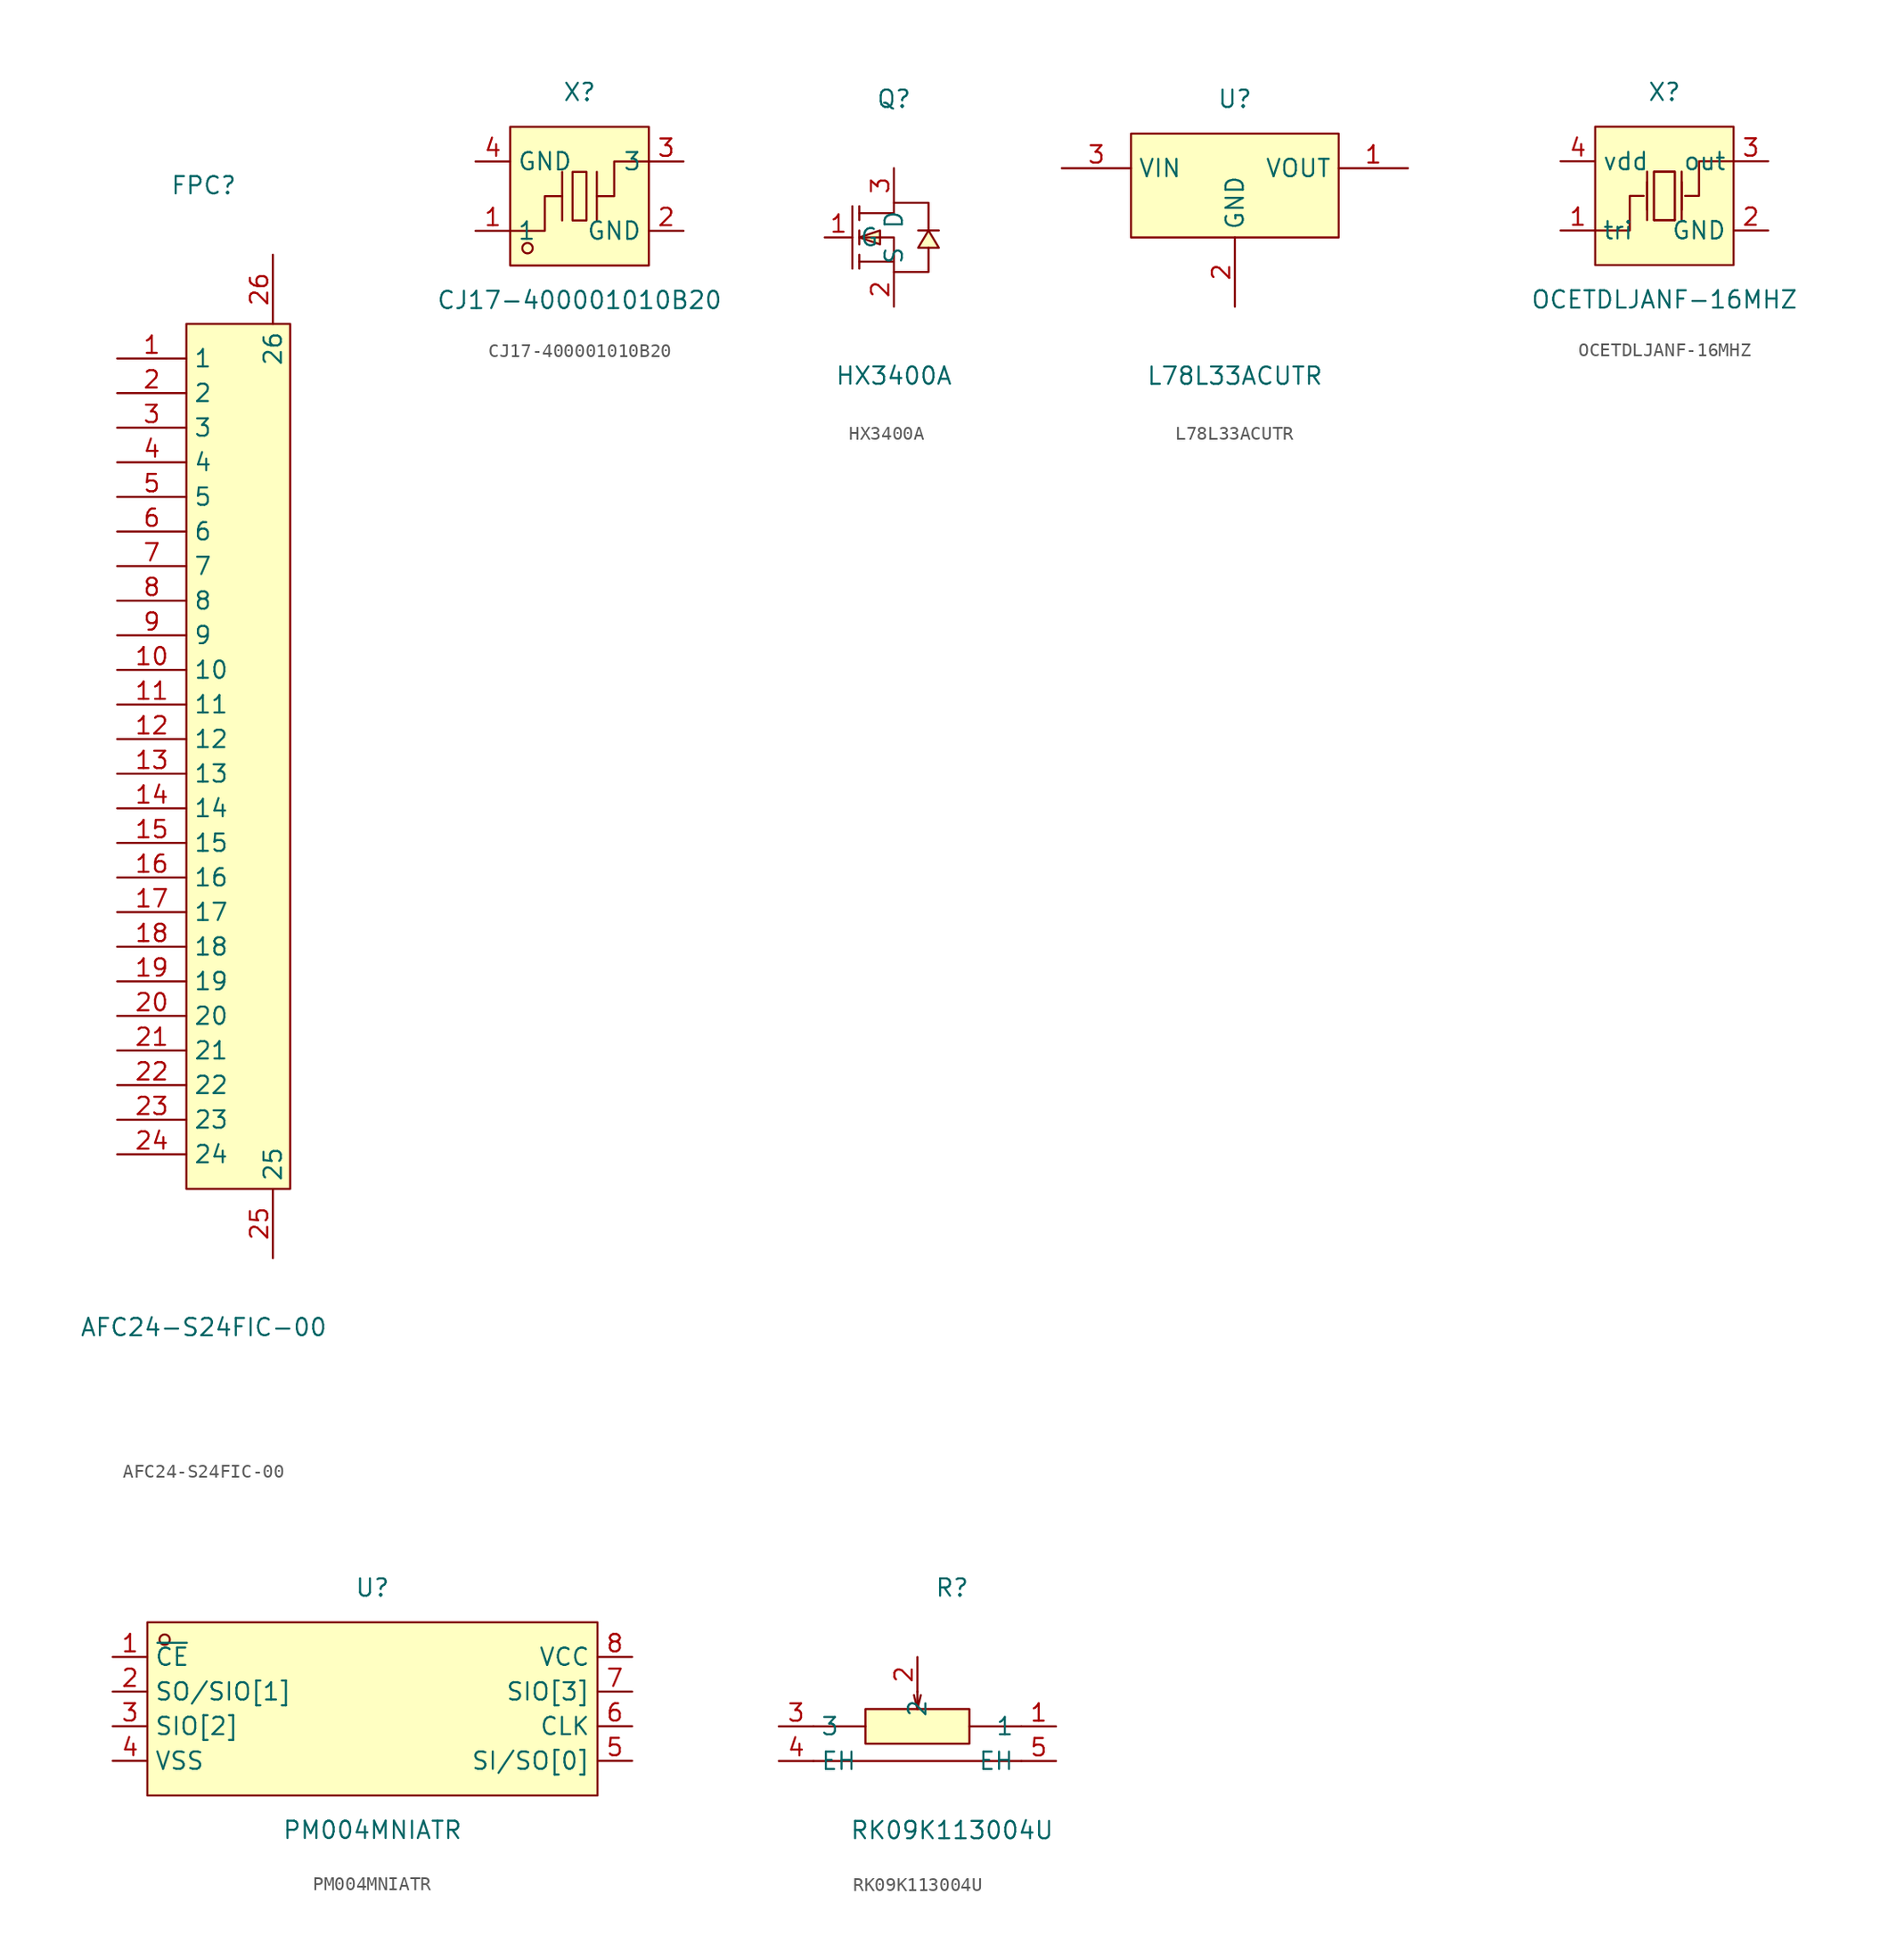
<source format=kicad_sym>
(kicad_symbol_lib
  (version 20211014)
  (generator https://github.com/uPesy/easyeda2kicad.py)
  (symbol "AFC24-S24FIC-00"
    (property "Reference" "FPC"
      (at 0 41.91 0)
      (effects (font (size 1.27 1.27))))
    (property "Value" "AFC24-S24FIC-00"
      (at 0 -41.91 0)
      (effects (font (size 1.27 1.27))))
    (symbol "AFC24-S24FIC-00_0_1"
      (rectangle (start -1.27 31.75) (end 6.35 -31.75) (stroke (width 0) (type default) (color 0 0 0 0)) (fill (type background)))
      (pin unspecified line (at -6.35 29.21 0) (length 5.08) (name "1" (effects (font (size 1.27 1.27)))) (number "1" (effects (font (size 1.27 1.27)))))
      (pin unspecified line (at -6.35 26.67 0) (length 5.08) (name "2" (effects (font (size 1.27 1.27)))) (number "2" (effects (font (size 1.27 1.27)))))
      (pin unspecified line (at -6.35 24.13 0) (length 5.08) (name "3" (effects (font (size 1.27 1.27)))) (number "3" (effects (font (size 1.27 1.27)))))
      (pin unspecified line (at -6.35 21.59 0) (length 5.08) (name "4" (effects (font (size 1.27 1.27)))) (number "4" (effects (font (size 1.27 1.27)))))
      (pin unspecified line (at -6.35 19.05 0) (length 5.08) (name "5" (effects (font (size 1.27 1.27)))) (number "5" (effects (font (size 1.27 1.27)))))
      (pin unspecified line (at -6.35 16.51 0) (length 5.08) (name "6" (effects (font (size 1.27 1.27)))) (number "6" (effects (font (size 1.27 1.27)))))
      (pin unspecified line (at -6.35 13.97 0) (length 5.08) (name "7" (effects (font (size 1.27 1.27)))) (number "7" (effects (font (size 1.27 1.27)))))
      (pin unspecified line (at -6.35 11.43 0) (length 5.08) (name "8" (effects (font (size 1.27 1.27)))) (number "8" (effects (font (size 1.27 1.27)))))
      (pin unspecified line (at -6.35 8.89 0) (length 5.08) (name "9" (effects (font (size 1.27 1.27)))) (number "9" (effects (font (size 1.27 1.27)))))
      (pin unspecified line (at -6.35 6.35 0) (length 5.08) (name "10" (effects (font (size 1.27 1.27)))) (number "10" (effects (font (size 1.27 1.27)))))
      (pin unspecified line (at -6.35 3.81 0) (length 5.08) (name "11" (effects (font (size 1.27 1.27)))) (number "11" (effects (font (size 1.27 1.27)))))
      (pin unspecified line (at -6.35 1.27 0) (length 5.08) (name "12" (effects (font (size 1.27 1.27)))) (number "12" (effects (font (size 1.27 1.27)))))
      (pin unspecified line (at -6.35 -1.27 0) (length 5.08) (name "13" (effects (font (size 1.27 1.27)))) (number "13" (effects (font (size 1.27 1.27)))))
      (pin unspecified line (at -6.35 -3.81 0) (length 5.08) (name "14" (effects (font (size 1.27 1.27)))) (number "14" (effects (font (size 1.27 1.27)))))
      (pin unspecified line (at -6.35 -6.35 0) (length 5.08) (name "15" (effects (font (size 1.27 1.27)))) (number "15" (effects (font (size 1.27 1.27)))))
      (pin unspecified line (at -6.35 -8.89 0) (length 5.08) (name "16" (effects (font (size 1.27 1.27)))) (number "16" (effects (font (size 1.27 1.27)))))
      (pin unspecified line (at -6.35 -11.43 0) (length 5.08) (name "17" (effects (font (size 1.27 1.27)))) (number "17" (effects (font (size 1.27 1.27)))))
      (pin unspecified line (at -6.35 -13.97 0) (length 5.08) (name "18" (effects (font (size 1.27 1.27)))) (number "18" (effects (font (size 1.27 1.27)))))
      (pin unspecified line (at -6.35 -16.51 0) (length 5.08) (name "19" (effects (font (size 1.27 1.27)))) (number "19" (effects (font (size 1.27 1.27)))))
      (pin unspecified line (at -6.35 -19.05 0) (length 5.08) (name "20" (effects (font (size 1.27 1.27)))) (number "20" (effects (font (size 1.27 1.27)))))
      (pin unspecified line (at -6.35 -21.59 0) (length 5.08) (name "21" (effects (font (size 1.27 1.27)))) (number "21" (effects (font (size 1.27 1.27)))))
      (pin unspecified line (at -6.35 -24.13 0) (length 5.08) (name "22" (effects (font (size 1.27 1.27)))) (number "22" (effects (font (size 1.27 1.27)))))
      (pin unspecified line (at -6.35 -26.67 0) (length 5.08) (name "23" (effects (font (size 1.27 1.27)))) (number "23" (effects (font (size 1.27 1.27)))))
      (pin unspecified line (at -6.35 -29.21 0) (length 5.08) (name "24" (effects (font (size 1.27 1.27)))) (number "24" (effects (font (size 1.27 1.27)))))
      (pin unspecified line (at 5.08 -36.83 90) (length 5.08) (name "25" (effects (font (size 1.27 1.27)))) (number "25" (effects (font (size 1.27 1.27)))))
      (pin unspecified line (at 5.08 36.83 270) (length 5.08) (name "26" (effects (font (size 1.27 1.27)))) (number "26" (effects (font (size 1.27 1.27)))))))
  (symbol "CJ17-400001010B20"
    (property "Reference" "X"
      (at 0 7.62 0)
      (effects (font (size 1.27 1.27))))
    (property "Value" "CJ17-400001010B20"
      (at 0 -7.62 0)
      (effects (font (size 1.27 1.27))))
    (symbol "CJ17-400001010B20_0_1"
      (rectangle (start -5.08 5.08) (end 5.08 -5.08) (stroke (width 0) (type default) (color 0 0 0 0)) (fill (type background)))
      (rectangle (start -0.51 1.78) (end 0.51 -1.78) (stroke (width 0) (type default) (color 0 0 0 0)) (fill (type background)))
      (circle (center -3.81 -3.81) (radius 0.38) (stroke (width 0) (type default) (color 0 0 0 0)) (fill (type none)))
      (polyline (pts (xy -1.27 -1.78) (xy -1.27 1.78)) (stroke (width 0) (type default) (color 0 0 0 0)) (fill (type none)))
      (polyline (pts (xy 1.27 -1.78) (xy 1.27 1.78)) (stroke (width 0) (type default) (color 0 0 0 0)) (fill (type none)))
      (polyline (pts (xy -5.08 -2.54) (xy -2.54 -2.54) (xy -2.54 -0.00) (xy -1.27 -0.00)) (stroke (width 0) (type default) (color 0 0 0 0)) (fill (type none)))
      (polyline (pts (xy 5.08 2.54) (xy 2.54 2.54) (xy 2.54 -0.00) (xy 1.27 -0.00)) (stroke (width 0) (type default) (color 0 0 0 0)) (fill (type none)))
      (pin input line (at -7.62 -2.54 0) (length 2.54) (name "1" (effects (font (size 1.27 1.27)))) (number "1" (effects (font (size 1.27 1.27)))))
      (pin input line (at 7.62 2.54 180) (length 2.54) (name "3" (effects (font (size 1.27 1.27)))) (number "3" (effects (font (size 1.27 1.27)))))
      (pin input line (at -7.62 2.54 0) (length 2.54) (name "GND" (effects (font (size 1.27 1.27)))) (number "4" (effects (font (size 1.27 1.27)))))
      (pin input line (at 7.62 -2.54 180) (length 2.54) (name "GND" (effects (font (size 1.27 1.27)))) (number "2" (effects (font (size 1.27 1.27)))))))
  (symbol "HX3400A"
    (property "Reference" "Q"
      (at 0 10.16 0)
      (effects (font (size 1.27 1.27))))
    (property "Value" "HX3400A"
      (at 0 -10.16 0)
      (effects (font (size 1.27 1.27))))
    (symbol "HX3400A_0_1"
      (polyline (pts (xy -2.54 1.78) (xy 0.00 1.78) (xy 0.00 2.54) (xy 2.54 2.54) (xy 2.54 0.51)) (stroke (width 0) (type default) (color 0 0 0 0)) (fill (type none)))
      (polyline (pts (xy -2.54 -0.00) (xy 0.00 -0.00) (xy 0.00 -2.54) (xy 2.54 -2.54) (xy 2.54 -0.76)) (stroke (width 0) (type default) (color 0 0 0 0)) (fill (type none)))
      (polyline (pts (xy 0.00 -1.78) (xy -2.54 -1.78)) (stroke (width 0) (type default) (color 0 0 0 0)) (fill (type none)))
      (polyline (pts (xy -3.05 2.29) (xy -3.05 -2.29)) (stroke (width 0) (type default) (color 0 0 0 0)) (fill (type none)))
      (polyline (pts (xy -2.54 2.29) (xy -2.54 1.27)) (stroke (width 0) (type default) (color 0 0 0 0)) (fill (type none)))
      (polyline (pts (xy -2.54 -0.51) (xy -2.54 0.51)) (stroke (width 0) (type default) (color 0 0 0 0)) (fill (type none)))
      (polyline (pts (xy -2.54 -2.29) (xy -2.54 -1.27)) (stroke (width 0) (type default) (color 0 0 0 0)) (fill (type none)))
      (polyline (pts (xy 3.30 0.51) (xy 3.05 0.51) (xy 2.03 0.51) (xy 1.78 0.51)) (stroke (width 0) (type default) (color 0 0 0 0)) (fill (type none)))
      (polyline (pts (xy -2.54 -0.00) (xy -1.02 -0.51) (xy -1.02 0.51) (xy -2.54 -0.00)) (stroke (width 0) (type default) (color 0 0 0 0)) (fill (type background)))
      (polyline (pts (xy 2.54 0.51) (xy 1.78 -0.76) (xy 3.30 -0.76) (xy 2.54 0.51)) (stroke (width 0) (type default) (color 0 0 0 0)) (fill (type background)))
      (pin unspecified line (at 0.00 5.08 270) (length 2.54) (name "D" (effects (font (size 1.27 1.27)))) (number "3" (effects (font (size 1.27 1.27)))))
      (pin unspecified line (at -5.08 -0.00 0) (length 2.032) (name "G" (effects (font (size 1.27 1.27)))) (number "1" (effects (font (size 1.27 1.27)))))
      (pin unspecified line (at 0.00 -5.08 90) (length 2.54) (name "S" (effects (font (size 1.27 1.27)))) (number "2" (effects (font (size 1.27 1.27)))))))
  (symbol "L78L33ACUTR"
    (property "Reference" "U"
      (at 0 8.89 0)
      (effects (font (size 1.27 1.27))))
    (property "Value" "L78L33ACUTR"
      (at 0 -11.43 0)
      (effects (font (size 1.27 1.27))))
    (symbol "L78L33ACUTR_0_1"
      (rectangle (start -7.62 6.35) (end 7.62 -1.27) (stroke (width 0) (type default) (color 0 0 0 0)) (fill (type background)))
      (pin power_in line (at -12.70 3.81 0) (length 5.08) (name "VIN" (effects (font (size 1.27 1.27)))) (number "3" (effects (font (size 1.27 1.27)))))
      (pin power_in line (at 0.00 -6.35 90) (length 5.08) (name "GND" (effects (font (size 1.27 1.27)))) (number "2" (effects (font (size 1.27 1.27)))))
      (pin power_in line (at 12.70 3.81 180) (length 5.08) (name "VOUT" (effects (font (size 1.27 1.27)))) (number "1" (effects (font (size 1.27 1.27)))))))
  (symbol "OCETDLJANF-16MHZ"
    (property "Reference" "X"
      (at 0 7.62 0)
      (effects (font (size 1.27 1.27))))
    (property "Value" "OCETDLJANF-16MHZ"
      (at 0 -7.62 0)
      (effects (font (size 1.27 1.27))))
    (symbol "OCETDLJANF-16MHZ_0_1"
      (rectangle (start -5.08 5.08) (end 5.08 -5.08) (stroke (width 0) (type default) (color 0 0 0 0)) (fill (type background)))
      (polyline (pts (xy -1.27 -1.02) (xy -1.27 1.02)) (stroke (width 0) (type default) (color 0 0 0 0)) (fill (type none)))
      (polyline (pts (xy 0.76 -1.78) (xy -0.76 -1.78)) (stroke (width 0) (type default) (color 0 0 0 0)) (fill (type none)))
      (polyline (pts (xy 1.27 -1.02) (xy 1.27 1.02)) (stroke (width 0) (type default) (color 0 0 0 0)) (fill (type none)))
      (polyline (pts (xy -0.76 -1.78) (xy -0.76 1.78) (xy 0.76 1.78) (xy 0.76 -1.78)) (stroke (width 0) (type default) (color 0 0 0 0)) (fill (type none)))
      (polyline (pts (xy 5.08 2.54) (xy 2.54 2.54) (xy 2.54 -0.00) (xy 1.52 -0.00)) (stroke (width 0) (type default) (color 0 0 0 0)) (fill (type none)))
      (polyline (pts (xy -5.08 -2.54) (xy -2.54 -2.54) (xy -2.54 -0.00) (xy -1.52 -0.00)) (stroke (width 0) (type default) (color 0 0 0 0)) (fill (type none)))
      (polyline (pts (xy 1.27 -1.78) (xy 1.27 1.78)) (stroke (width 0) (type default) (color 0 0 0 0)) (fill (type none)))
      (polyline (pts (xy -1.27 -1.78) (xy -1.27 1.78)) (stroke (width 0) (type default) (color 0 0 0 0)) (fill (type none)))
      (polyline (pts (xy 0.76 1.78) (xy 0.76 -1.78) (xy -0.76 -1.78) (xy -0.76 1.78) (xy 0.76 1.78)) (stroke (width 0) (type default) (color 0 0 0 0)) (fill (type background)))
      (pin unspecified line (at -7.62 2.54 0) (length 2.54) (name "vdd" (effects (font (size 1.27 1.27)))) (number "4" (effects (font (size 1.27 1.27)))))
      (pin unspecified line (at 7.62 -2.54 180) (length 2.54) (name "GND" (effects (font (size 1.27 1.27)))) (number "2" (effects (font (size 1.27 1.27)))))
      (pin unspecified line (at -7.62 -2.54 0) (length 2.54) (name "tri" (effects (font (size 1.27 1.27)))) (number "1" (effects (font (size 1.27 1.27)))))
      (pin unspecified line (at 7.62 2.54 180) (length 2.54) (name "out" (effects (font (size 1.27 1.27)))) (number "3" (effects (font (size 1.27 1.27)))))))
  (symbol "PM004MNIATR"
    (property "Reference" "U"
      (at 0 8.89 0)
      (effects (font (size 1.27 1.27))))
    (property "Value" "PM004MNIATR"
      (at 0 -8.89 0)
      (effects (font (size 1.27 1.27))))
    (symbol "PM004MNIATR_0_1"
      (rectangle (start -16.51 6.35) (end 16.51 -6.35) (stroke (width 0) (type default) (color 0 0 0 0)) (fill (type background)))
      (circle (center -15.24 5.08) (radius 0.38) (stroke (width 0) (type default) (color 0 0 0 0)) (fill (type none)))
      (pin unspecified line (at -19.05 3.81 0) (length 2.54) (name "~{CE}" (effects (font (size 1.27 1.27)))) (number "1" (effects (font (size 1.27 1.27)))))
      (pin unspecified line (at -19.05 1.27 0) (length 2.54) (name "SO/SIO[1]" (effects (font (size 1.27 1.27)))) (number "2" (effects (font (size 1.27 1.27)))))
      (pin unspecified line (at -19.05 -1.27 0) (length 2.54) (name "SIO[2]" (effects (font (size 1.27 1.27)))) (number "3" (effects (font (size 1.27 1.27)))))
      (pin unspecified line (at -19.05 -3.81 0) (length 2.54) (name "VSS" (effects (font (size 1.27 1.27)))) (number "4" (effects (font (size 1.27 1.27)))))
      (pin unspecified line (at 19.05 -3.81 180) (length 2.54) (name "SI/SO[0]" (effects (font (size 1.27 1.27)))) (number "5" (effects (font (size 1.27 1.27)))))
      (pin unspecified line (at 19.05 -1.27 180) (length 2.54) (name "CLK" (effects (font (size 1.27 1.27)))) (number "6" (effects (font (size 1.27 1.27)))))
      (pin unspecified line (at 19.05 1.27 180) (length 2.54) (name "SIO[3]" (effects (font (size 1.27 1.27)))) (number "7" (effects (font (size 1.27 1.27)))))
      (pin unspecified line (at 19.05 3.81 180) (length 2.54) (name "VCC" (effects (font (size 1.27 1.27)))) (number "8" (effects (font (size 1.27 1.27)))))))
  (symbol "RK09K113004U"
    (property "Reference" "R"
      (at 0 10.16 0)
      (effects (font (size 1.27 1.27))))
    (property "Value" "RK09K113004U"
      (at 0 -7.62 0)
      (effects (font (size 1.27 1.27))))
    (symbol "RK09K113004U_0_1"
      (rectangle (start -6.35 1.27) (end 1.27 -1.27) (stroke (width 0) (type default) (color 0 0 0 0)) (fill (type background)))
      (polyline (pts (xy -2.54 1.27) (xy -2.79 2.29)) (stroke (width 0) (type default) (color 0 0 0 0)) (fill (type none)))
      (polyline (pts (xy -2.54 2.54) (xy -2.54 2.54) (xy -2.54 1.27) (xy -2.29 2.29)) (stroke (width 0) (type default) (color 0 0 0 0)) (fill (type none)))
      (polyline (pts (xy 1.27 -0.00) (xy 5.08 -0.00)) (stroke (width 0) (type default) (color 0 0 0 0)) (fill (type none)))
      (polyline (pts (xy -6.35 -0.00) (xy -10.16 -0.00)) (stroke (width 0) (type default) (color 0 0 0 0)) (fill (type none)))
      (polyline (pts (xy -10.16 -2.54) (xy 5.08 -2.54)) (stroke (width 0) (type default) (color 0 0 0 0)) (fill (type none)))
      (pin unspecified line (at -12.70 -0.00 0) (length 2.54) (name "3" (effects (font (size 1.27 1.27)))) (number "3" (effects (font (size 1.27 1.27)))))
      (pin unspecified line (at -2.54 5.08 270) (length 2.54) (name "2" (effects (font (size 1.27 1.27)))) (number "2" (effects (font (size 1.27 1.27)))))
      (pin unspecified line (at 7.62 -0.00 180) (length 2.54) (name "1" (effects (font (size 1.27 1.27)))) (number "1" (effects (font (size 1.27 1.27)))))
      (pin unspecified line (at -12.70 -2.54 0) (length 2.54) (name "EH" (effects (font (size 1.27 1.27)))) (number "4" (effects (font (size 1.27 1.27)))))
      (pin unspecified line (at 7.62 -2.54 180) (length 2.54) (name "EH" (effects (font (size 1.27 1.27)))) (number "5" (effects (font (size 1.27 1.27))))))))
</source>
